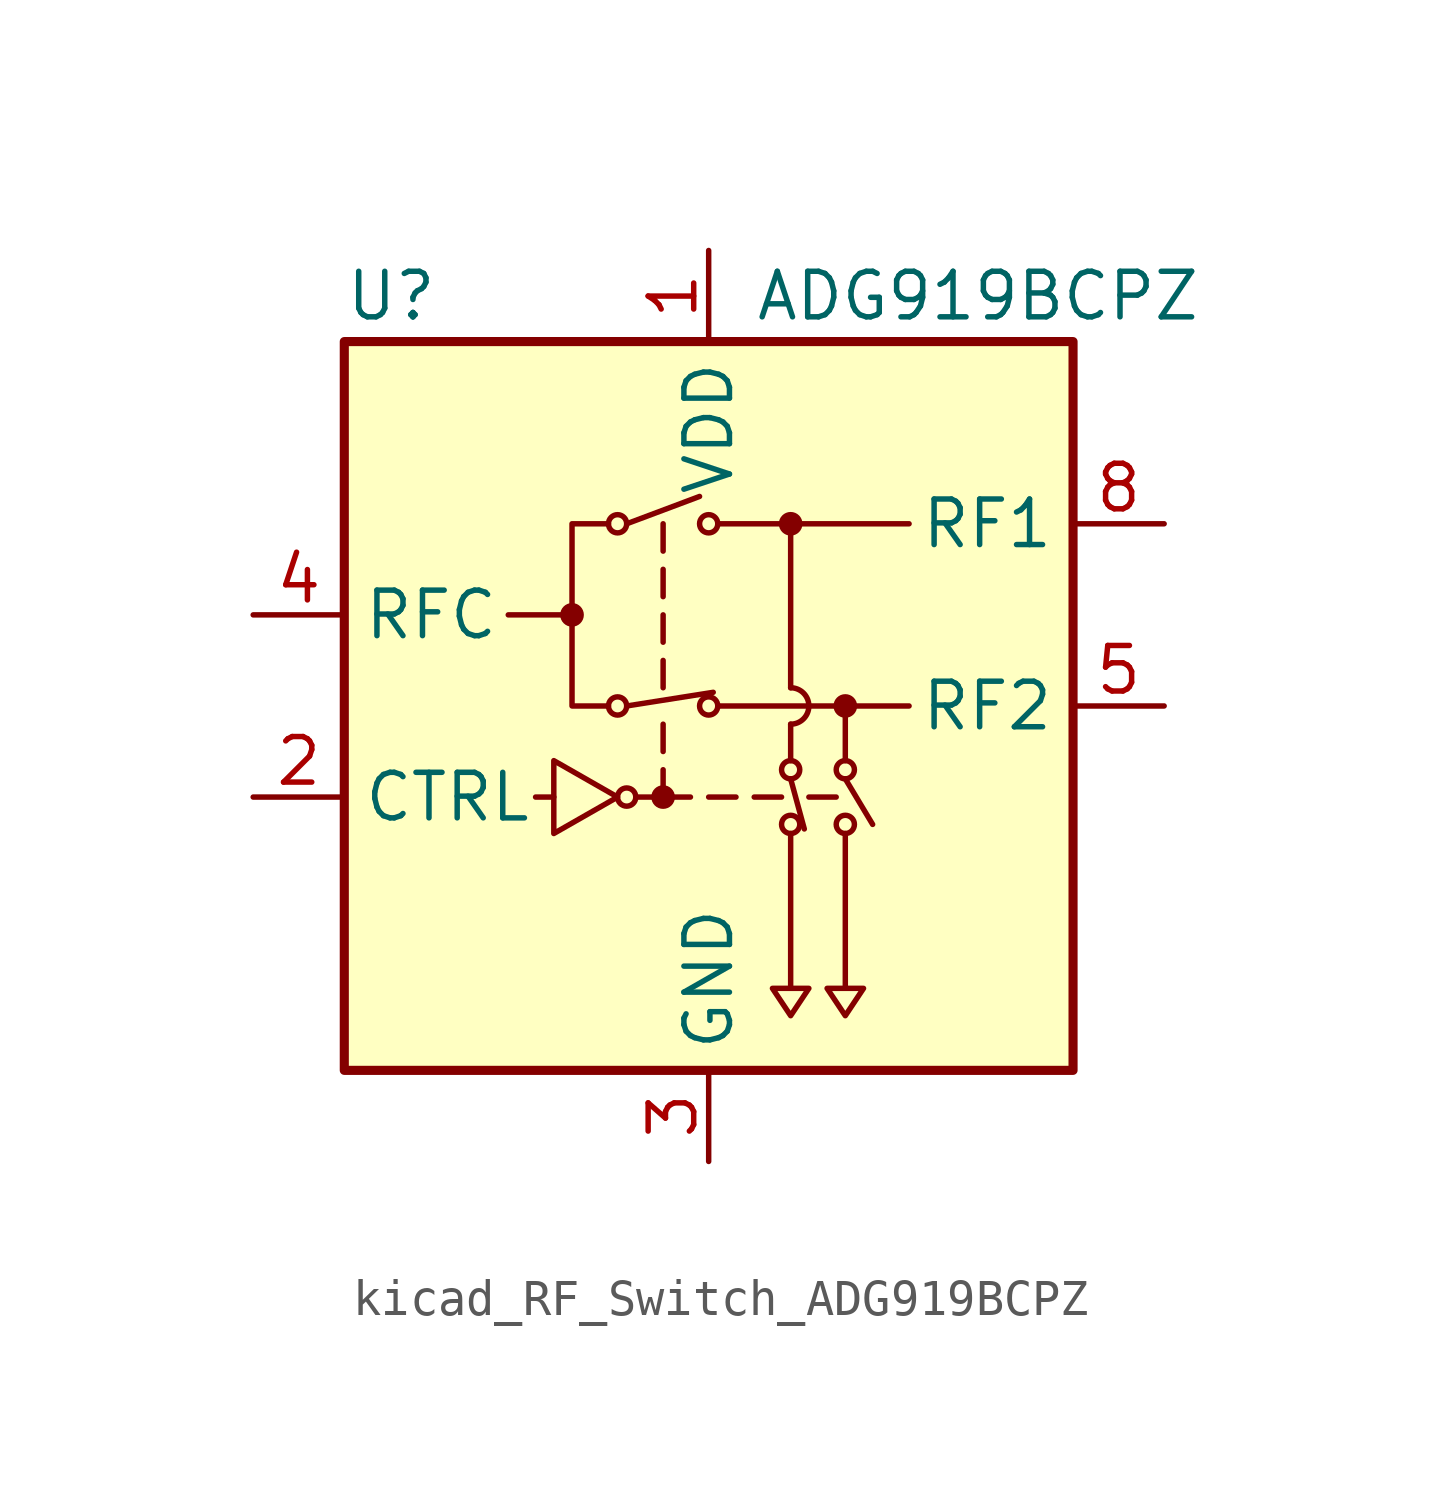
<source format=kicad_sym>
(kicad_symbol_lib
  (version 20220914)
  (generator kicad_symbol_editor)
  (symbol "kicad_RF_Switch_ADG919BCPZ"
    (property "Reference" "U"
      (at -10.16 11.43 0)
      (effects (font (size 1.27 1.27)) (justify left)))
    (property "Value" "ADG919BCPZ"
      (at 1.27 11.43 0)
      (effects (font (size 1.27 1.27)) (justify left)))
    (symbol "kicad_RF_Switch_ADG919BCPZ_0_0"
      (rectangle (start -10.16 10.16) (end 10.16 -10.16) (stroke (width 0.254) (type default)) (fill (type background)))
      (circle (center -3.81 2.54) (radius 0.254) (stroke (width 0) (type default)) (fill (type outline)))
      (circle (center -2.286 -2.54) (radius 0.254) (stroke (width 0) (type default)) (fill (type none)))
      (circle (center -1.27 -2.54) (radius 0.254) (stroke (width 0) (type default)) (fill (type outline)))
      (polyline (pts (xy -4.318 -2.54) (xy -4.826 -2.54)) (stroke (width 0) (type default)) (fill (type none)))
      (polyline (pts (xy -3.81 2.54) (xy -5.588 2.54)) (stroke (width 0) (type default)) (fill (type none)))
      (polyline (pts (xy -1.27 -2.54) (xy -1.27 -1.778)) (stroke (width 0) (type default)) (fill (type none)))
      (polyline (pts (xy -1.27 -1.27) (xy -1.27 -0.508)) (stroke (width 0) (type default)) (fill (type none)))
      (polyline (pts (xy -1.27 1.27) (xy -1.27 0.508)) (stroke (width 0) (type default)) (fill (type none)))
      (polyline (pts (xy -1.27 2.54) (xy -1.27 1.778)) (stroke (width 0) (type default)) (fill (type none)))
      (polyline (pts (xy -1.27 3.81) (xy -1.27 3.048)) (stroke (width 0) (type default)) (fill (type none)))
      (polyline (pts (xy -1.27 5.08) (xy -1.27 4.318)) (stroke (width 0) (type default)) (fill (type none)))
      (polyline (pts (xy -0.508 -2.54) (xy -2.032 -2.54)) (stroke (width 0) (type default)) (fill (type none)))
      (polyline (pts (xy 0 -2.54) (xy 0.762 -2.54)) (stroke (width 0) (type default)) (fill (type none)))
      (polyline (pts (xy 0.254 0) (xy 5.588 0)) (stroke (width 0) (type default)) (fill (type none)))
      (polyline (pts (xy 0.254 5.08) (xy 5.588 5.08)) (stroke (width 0) (type default)) (fill (type none)))
      (polyline (pts (xy 2.032 -2.54) (xy 1.27 -2.54)) (stroke (width 0) (type default)) (fill (type none)))
      (polyline (pts (xy 2.286 0.508) (xy 2.286 5.08)) (stroke (width 0) (type default)) (fill (type none)))
      (polyline (pts (xy 3.556 -2.54) (xy 2.794 -2.54)) (stroke (width 0) (type default)) (fill (type none)))
      (polyline (pts (xy -4.318 -1.524) (xy -4.318 -3.556) (xy -2.54 -2.54) (xy -4.318 -1.524)) (stroke (width 0) (type default)) (fill (type none)))
      (polyline (pts (xy -2.794 0) (xy -3.81 0) (xy -3.81 5.08) (xy -2.794 5.08)) (stroke (width 0) (type default)) (fill (type none)))
      (arc (start 2.286 -0.508) (mid 2.7918 0) (end 2.286 0.508) (stroke (width 0) (type default)) (fill (type none))))
    (symbol "kicad_RF_Switch_ADG919BCPZ_0_1"
      (circle (center -2.54 0) (radius 0.254) (stroke (width 0) (type default)) (fill (type none)))
      (circle (center -2.54 5.08) (radius 0.254) (stroke (width 0) (type default)) (fill (type none)))
      (polyline (pts (xy -2.286 0) (xy 0.127 0.381)) (stroke (width 0) (type default)) (fill (type none)))
      (polyline (pts (xy -2.286 5.08) (xy -0.254 5.842)) (stroke (width 0) (type default)) (fill (type none)))
      (polyline (pts (xy 2.286 -2.032) (xy 2.667 -3.429)) (stroke (width 0) (type default)) (fill (type none)))
      (polyline (pts (xy 2.286 -0.508) (xy 2.286 -1.524)) (stroke (width 0) (type default)) (fill (type none)))
      (polyline (pts (xy 3.81 -2.032) (xy 4.572 -3.302)) (stroke (width 0) (type default)) (fill (type none)))
      (polyline (pts (xy 3.81 0) (xy 3.81 -1.524)) (stroke (width 0) (type default)) (fill (type none)))
      (polyline (pts (xy 2.286 -3.556) (xy 2.286 -7.874) (xy 1.778 -7.874) (xy 2.286 -8.636) (xy 2.794 -7.874) (xy 2.286 -7.874)) (stroke (width 0) (type default)) (fill (type none)))
      (polyline (pts (xy 3.81 -3.556) (xy 3.81 -7.874) (xy 3.302 -7.874) (xy 3.81 -8.636) (xy 4.318 -7.874) (xy 3.81 -7.874)) (stroke (width 0) (type default)) (fill (type none)))
      (circle (center 0 0) (radius 0.254) (stroke (width 0) (type default)) (fill (type none)))
      (circle (center 0 5.08) (radius 0.254) (stroke (width 0) (type default)) (fill (type none)))
      (circle (center 2.286 -3.302) (radius 0.254) (stroke (width 0) (type default)) (fill (type none)))
      (circle (center 2.286 -1.778) (radius 0.254) (stroke (width 0) (type default)) (fill (type none)))
      (circle (center 2.286 5.08) (radius 0.254) (stroke (width 0) (type default)) (fill (type outline)))
      (circle (center 3.81 -3.302) (radius 0.254) (stroke (width 0) (type default)) (fill (type none)))
      (circle (center 3.81 -1.778) (radius 0.254) (stroke (width 0) (type default)) (fill (type none)))
      (circle (center 3.81 0) (radius 0.254) (stroke (width 0) (type default)) (fill (type outline))))
    (symbol "kicad_RF_Switch_ADG919BCPZ_1_1"
      (pin power_in line (at 0 12.7 270) (length 2.54) (name "VDD" (effects (font (size 1.27 1.27)))) (number "1" (effects (font (size 1.27 1.27)))))
      (pin input line (at -12.7 -2.54 0) (length 2.54) (name "CTRL" (effects (font (size 1.27 1.27)))) (number "2" (effects (font (size 1.27 1.27)))))
      (pin power_in line (at 0 -12.7 90) (length 2.54) (name "GND" (effects (font (size 1.27 1.27)))) (number "3" (effects (font (size 1.27 1.27)))))
      (pin passive line (at -12.7 2.54 0) (length 2.54) (name "RFC" (effects (font (size 1.27 1.27)))) (number "4" (effects (font (size 1.27 1.27)))))
      (pin passive line (at 12.7 0 180) (length 2.54) (name "RF2" (effects (font (size 1.27 1.27)))) (number "5" (effects (font (size 1.27 1.27)))))
      (pin passive line (at 0 -12.7 90) (length 2.54) hide (name "GND" (effects (font (size 1.27 1.27)))) (number "6" (effects (font (size 1.27 1.27)))))
      (pin passive line (at 0 -12.7 90) (length 2.54) hide (name "GND" (effects (font (size 1.27 1.27)))) (number "7" (effects (font (size 1.27 1.27)))))
      (pin passive line (at 12.7 5.08 180) (length 2.54) (name "RF1" (effects (font (size 1.27 1.27)))) (number "8" (effects (font (size 1.27 1.27)))))
      (pin passive line (at 0 -12.7 90) (length 2.54) hide (name "GND" (effects (font (size 1.27 1.27)))) (number "9" (effects (font (size 1.27 1.27))))))))
</source>
